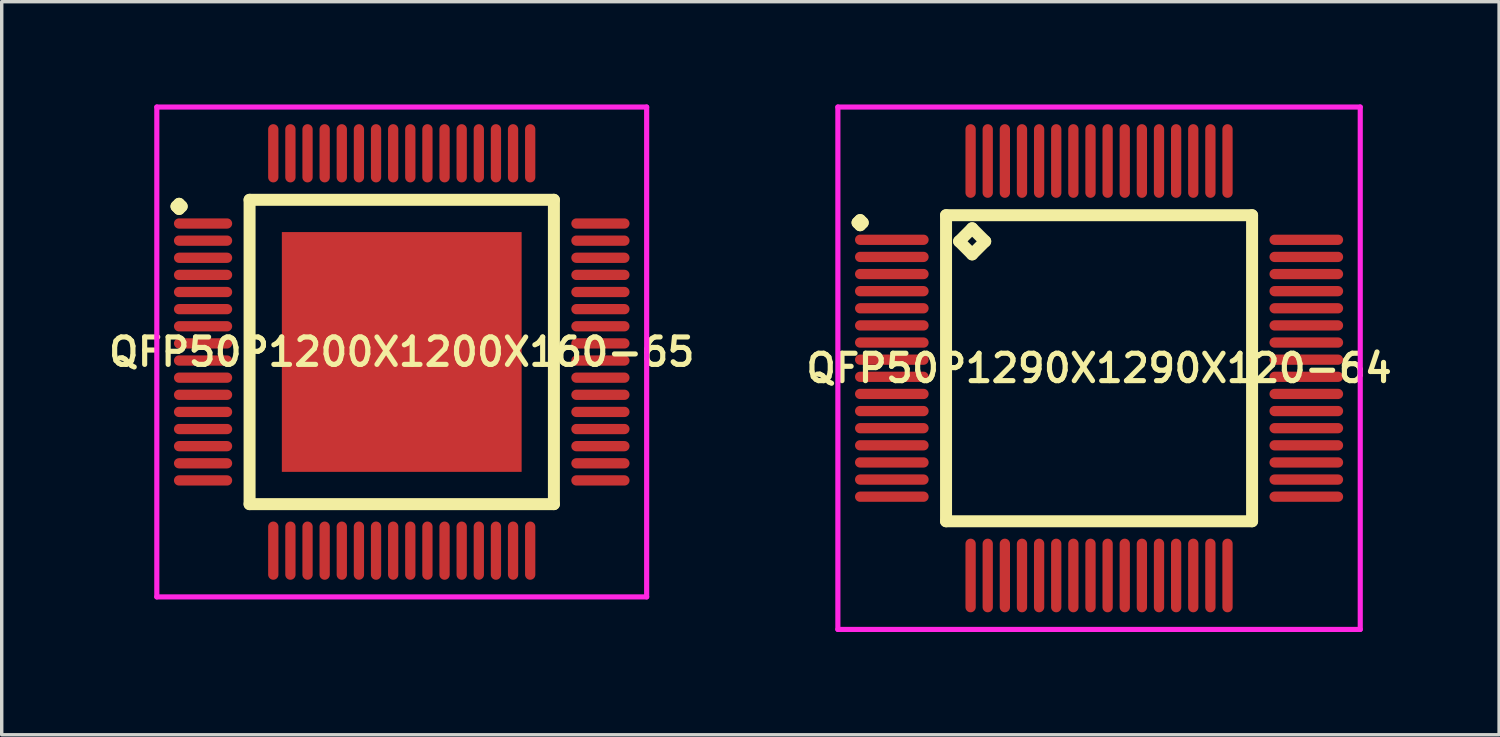
<source format=kicad_pcb>
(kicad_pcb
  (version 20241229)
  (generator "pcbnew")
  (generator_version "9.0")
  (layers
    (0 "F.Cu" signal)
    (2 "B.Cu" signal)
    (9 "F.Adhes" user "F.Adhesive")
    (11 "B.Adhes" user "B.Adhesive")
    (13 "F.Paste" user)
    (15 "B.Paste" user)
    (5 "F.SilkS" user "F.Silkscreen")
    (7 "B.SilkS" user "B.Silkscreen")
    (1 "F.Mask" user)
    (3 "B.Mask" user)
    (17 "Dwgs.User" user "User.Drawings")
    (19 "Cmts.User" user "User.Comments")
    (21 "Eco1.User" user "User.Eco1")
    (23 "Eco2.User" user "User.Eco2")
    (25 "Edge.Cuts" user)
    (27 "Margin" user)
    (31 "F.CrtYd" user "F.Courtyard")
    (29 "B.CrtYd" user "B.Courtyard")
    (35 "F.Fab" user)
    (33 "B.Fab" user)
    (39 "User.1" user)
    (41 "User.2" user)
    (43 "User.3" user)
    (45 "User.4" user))
  (footprint "QFP50P1290X1290X120-64"
    (layer "F.Cu")
    (at 29.035 7.7)
    (property "Reference" "QFP50P1290X1290X120-64" (at 0 0 0) (layer "F.SilkS") (effects (font (size 0.8 0.8) (thickness 0.15))))
    (attr smd)
    (fp_line (start -7.05 -4.25) (end -6.975 -4.325) (stroke (width 0.35) (type solid)) (layer "F.SilkS"))
    (fp_line (start -6.975 -4.325) (end -6.9 -4.25) (stroke (width 0.35) (type solid)) (layer "F.SilkS"))
    (fp_line (start -6.975 -4.175) (end -7.05 -4.25) (stroke (width 0.35) (type solid)) (layer "F.SilkS"))
    (fp_line (start -6.9 -4.25) (end -6.975 -4.175) (stroke (width 0.35) (type solid)) (layer "F.SilkS"))
    (fp_line (start -4.467 -4.467) (end -4.467 4.467) (stroke (width 0.35) (type solid)) (layer "F.SilkS"))
    (fp_line (start -4.467 4.467) (end 4.467 4.467) (stroke (width 0.35) (type solid)) (layer "F.SilkS"))
    (fp_line (start -4.086 -3.705) (end -3.705 -4.086) (stroke (width 0.35) (type solid)) (layer "F.SilkS"))
    (fp_line (start -3.705 -4.086) (end -3.324 -3.705) (stroke (width 0.35) (type solid)) (layer "F.SilkS"))
    (fp_line (start -3.705 -3.324) (end -4.086 -3.705) (stroke (width 0.35) (type solid)) (layer "F.SilkS"))
    (fp_line (start -3.324 -3.705) (end -3.705 -3.324) (stroke (width 0.35) (type solid)) (layer "F.SilkS"))
    (fp_line (start 4.467 -4.467) (end -4.467 -4.467) (stroke (width 0.35) (type solid)) (layer "F.SilkS"))
    (fp_line (start 4.467 4.467) (end 4.467 -4.467) (stroke (width 0.35) (type solid)) (layer "F.SilkS"))
    (fp_line (start -7.625 -7.625) (end 7.625 -7.625) (stroke (width 0.15) (type solid)) (layer "F.CrtYd"))
    (fp_line (start -7.625 7.625) (end -7.625 -7.625) (stroke (width 0.15) (type solid)) (layer "F.CrtYd"))
    (fp_line (start 7.625 -7.625) (end 7.625 7.625) (stroke (width 0.15) (type solid)) (layer "F.CrtYd"))
    (fp_line (start 7.625 7.625) (end -7.625 7.625) (stroke (width 0.15) (type solid)) (layer "F.CrtYd"))
    (pad "1" smd oval (at -6.05 -3.75) (size 2.15 0.3) (layers "F.Cu" "F.Mask" "F.Paste"))
    (pad "2" smd oval (at -6.05 -3.25) (size 2.15 0.3) (layers "F.Cu" "F.Mask" "F.Paste"))
    (pad "3" smd oval (at -6.05 -2.75) (size 2.15 0.3) (layers "F.Cu" "F.Mask" "F.Paste"))
    (pad "4" smd oval (at -6.05 -2.25) (size 2.15 0.3) (layers "F.Cu" "F.Mask" "F.Paste"))
    (pad "5" smd oval (at -6.05 -1.75) (size 2.15 0.3) (layers "F.Cu" "F.Mask" "F.Paste"))
    (pad "6" smd oval (at -6.05 -1.25) (size 2.15 0.3) (layers "F.Cu" "F.Mask" "F.Paste"))
    (pad "7" smd oval (at -6.05 -0.75) (size 2.15 0.3) (layers "F.Cu" "F.Mask" "F.Paste"))
    (pad "8" smd oval (at -6.05 -0.25) (size 2.15 0.3) (layers "F.Cu" "F.Mask" "F.Paste"))
    (pad "9" smd oval (at -6.05 0.25) (size 2.15 0.3) (layers "F.Cu" "F.Mask" "F.Paste"))
    (pad "10" smd oval (at -6.05 0.75) (size 2.15 0.3) (layers "F.Cu" "F.Mask" "F.Paste"))
    (pad "11" smd oval (at -6.05 1.25) (size 2.15 0.3) (layers "F.Cu" "F.Mask" "F.Paste"))
    (pad "12" smd oval (at -6.05 1.75) (size 2.15 0.3) (layers "F.Cu" "F.Mask" "F.Paste"))
    (pad "13" smd oval (at -6.05 2.25) (size 2.15 0.3) (layers "F.Cu" "F.Mask" "F.Paste"))
    (pad "14" smd oval (at -6.05 2.75) (size 2.15 0.3) (layers "F.Cu" "F.Mask" "F.Paste"))
    (pad "15" smd oval (at -6.05 3.25) (size 2.15 0.3) (layers "F.Cu" "F.Mask" "F.Paste"))
    (pad "16" smd oval (at -6.05 3.75) (size 2.15 0.3) (layers "F.Cu" "F.Mask" "F.Paste"))
    (pad "17" smd oval (at -3.75 6.05) (size 0.3 2.15) (layers "F.Cu" "F.Mask" "F.Paste"))
    (pad "18" smd oval (at -3.25 6.05) (size 0.3 2.15) (layers "F.Cu" "F.Mask" "F.Paste"))
    (pad "19" smd oval (at -2.75 6.05) (size 0.3 2.15) (layers "F.Cu" "F.Mask" "F.Paste"))
    (pad "20" smd oval (at -2.25 6.05) (size 0.3 2.15) (layers "F.Cu" "F.Mask" "F.Paste"))
    (pad "21" smd oval (at -1.75 6.05) (size 0.3 2.15) (layers "F.Cu" "F.Mask" "F.Paste"))
    (pad "22" smd oval (at -1.25 6.05) (size 0.3 2.15) (layers "F.Cu" "F.Mask" "F.Paste"))
    (pad "23" smd oval (at -0.75 6.05) (size 0.3 2.15) (layers "F.Cu" "F.Mask" "F.Paste"))
    (pad "24" smd oval (at -0.25 6.05) (size 0.3 2.15) (layers "F.Cu" "F.Mask" "F.Paste"))
    (pad "25" smd oval (at 0.25 6.05) (size 0.3 2.15) (layers "F.Cu" "F.Mask" "F.Paste"))
    (pad "26" smd oval (at 0.75 6.05) (size 0.3 2.15) (layers "F.Cu" "F.Mask" "F.Paste"))
    (pad "27" smd oval (at 1.25 6.05) (size 0.3 2.15) (layers "F.Cu" "F.Mask" "F.Paste"))
    (pad "28" smd oval (at 1.75 6.05) (size 0.3 2.15) (layers "F.Cu" "F.Mask" "F.Paste"))
    (pad "29" smd oval (at 2.25 6.05) (size 0.3 2.15) (layers "F.Cu" "F.Mask" "F.Paste"))
    (pad "30" smd oval (at 2.75 6.05) (size 0.3 2.15) (layers "F.Cu" "F.Mask" "F.Paste"))
    (pad "31" smd oval (at 3.25 6.05) (size 0.3 2.15) (layers "F.Cu" "F.Mask" "F.Paste"))
    (pad "32" smd oval (at 3.75 6.05) (size 0.3 2.15) (layers "F.Cu" "F.Mask" "F.Paste"))
    (pad "33" smd oval (at 6.05 3.75) (size 2.15 0.3) (layers "F.Cu" "F.Mask" "F.Paste"))
    (pad "34" smd oval (at 6.05 3.25) (size 2.15 0.3) (layers "F.Cu" "F.Mask" "F.Paste"))
    (pad "35" smd oval (at 6.05 2.75) (size 2.15 0.3) (layers "F.Cu" "F.Mask" "F.Paste"))
    (pad "36" smd oval (at 6.05 2.25) (size 2.15 0.3) (layers "F.Cu" "F.Mask" "F.Paste"))
    (pad "37" smd oval (at 6.05 1.75) (size 2.15 0.3) (layers "F.Cu" "F.Mask" "F.Paste"))
    (pad "38" smd oval (at 6.05 1.25) (size 2.15 0.3) (layers "F.Cu" "F.Mask" "F.Paste"))
    (pad "39" smd oval (at 6.05 0.75) (size 2.15 0.3) (layers "F.Cu" "F.Mask" "F.Paste"))
    (pad "40" smd oval (at 6.05 0.25) (size 2.15 0.3) (layers "F.Cu" "F.Mask" "F.Paste"))
    (pad "41" smd oval (at 6.05 -0.25) (size 2.15 0.3) (layers "F.Cu" "F.Mask" "F.Paste"))
    (pad "42" smd oval (at 6.05 -0.75) (size 2.15 0.3) (layers "F.Cu" "F.Mask" "F.Paste"))
    (pad "43" smd oval (at 6.05 -1.25) (size 2.15 0.3) (layers "F.Cu" "F.Mask" "F.Paste"))
    (pad "44" smd oval (at 6.05 -1.75) (size 2.15 0.3) (layers "F.Cu" "F.Mask" "F.Paste"))
    (pad "45" smd oval (at 6.05 -2.25) (size 2.15 0.3) (layers "F.Cu" "F.Mask" "F.Paste"))
    (pad "46" smd oval (at 6.05 -2.75) (size 2.15 0.3) (layers "F.Cu" "F.Mask" "F.Paste"))
    (pad "47" smd oval (at 6.05 -3.25) (size 2.15 0.3) (layers "F.Cu" "F.Mask" "F.Paste"))
    (pad "48" smd oval (at 6.05 -3.75) (size 2.15 0.3) (layers "F.Cu" "F.Mask" "F.Paste"))
    (pad "49" smd oval (at 3.75 -6.05) (size 0.3 2.15) (layers "F.Cu" "F.Mask" "F.Paste"))
    (pad "50" smd oval (at 3.25 -6.05) (size 0.3 2.15) (layers "F.Cu" "F.Mask" "F.Paste"))
    (pad "51" smd oval (at 2.75 -6.05) (size 0.3 2.15) (layers "F.Cu" "F.Mask" "F.Paste"))
    (pad "52" smd oval (at 2.25 -6.05) (size 0.3 2.15) (layers "F.Cu" "F.Mask" "F.Paste"))
    (pad "53" smd oval (at 1.75 -6.05) (size 0.3 2.15) (layers "F.Cu" "F.Mask" "F.Paste"))
    (pad "54" smd oval (at 1.25 -6.05) (size 0.3 2.15) (layers "F.Cu" "F.Mask" "F.Paste"))
    (pad "55" smd oval (at 0.75 -6.05) (size 0.3 2.15) (layers "F.Cu" "F.Mask" "F.Paste"))
    (pad "56" smd oval (at 0.25 -6.05) (size 0.3 2.15) (layers "F.Cu" "F.Mask" "F.Paste"))
    (pad "57" smd oval (at -0.25 -6.05) (size 0.3 2.15) (layers "F.Cu" "F.Mask" "F.Paste"))
    (pad "58" smd oval (at -0.75 -6.05) (size 0.3 2.15) (layers "F.Cu" "F.Mask" "F.Paste"))
    (pad "59" smd oval (at -1.25 -6.05) (size 0.3 2.15) (layers "F.Cu" "F.Mask" "F.Paste"))
    (pad "60" smd oval (at -1.75 -6.05) (size 0.3 2.15) (layers "F.Cu" "F.Mask" "F.Paste"))
    (pad "61" smd oval (at -2.25 -6.05) (size 0.3 2.15) (layers "F.Cu" "F.Mask" "F.Paste"))
    (pad "62" smd oval (at -2.75 -6.05) (size 0.3 2.15) (layers "F.Cu" "F.Mask" "F.Paste"))
    (pad "63" smd oval (at -3.25 -6.05) (size 0.3 2.15) (layers "F.Cu" "F.Mask" "F.Paste"))
    (pad "64" smd oval (at -3.75 -6.05) (size 0.3 2.15) (layers "F.Cu" "F.Mask" "F.Paste")))
  (footprint "QFP50P1200X1200X160-65"
    (layer "F.Cu")
    (at 8.678 7.225)
    (property "Reference" "QFP50P1200X1200X160-65" (at 0 0 0) (layer "F.SilkS") (effects (font (size 0.8 0.8) (thickness 0.15))))
    (attr through_hole)
    (fp_line (start -6.575 -4.25) (end -6.5 -4.325) (stroke (width 0.35) (type solid)) (layer "F.SilkS"))
    (fp_line (start -6.5 -4.325) (end -6.425 -4.25) (stroke (width 0.35) (type solid)) (layer "F.SilkS"))
    (fp_line (start -6.5 -4.175) (end -6.575 -4.25) (stroke (width 0.35) (type solid)) (layer "F.SilkS"))
    (fp_line (start -6.425 -4.25) (end -6.5 -4.175) (stroke (width 0.35) (type solid)) (layer "F.SilkS"))
    (fp_line (start -4.442 -4.442) (end -4.442 4.442) (stroke (width 0.35) (type solid)) (layer "F.SilkS"))
    (fp_line (start -4.442 4.442) (end 4.442 4.442) (stroke (width 0.35) (type solid)) (layer "F.SilkS"))
    (fp_line (start 4.442 -4.442) (end -4.442 -4.442) (stroke (width 0.35) (type solid)) (layer "F.SilkS"))
    (fp_line (start 4.442 4.442) (end 4.442 -4.442) (stroke (width 0.35) (type solid)) (layer "F.SilkS"))
    (fp_line (start -7.15 -7.15) (end 7.15 -7.15) (stroke (width 0.15) (type solid)) (layer "F.CrtYd"))
    (fp_line (start -7.15 7.15) (end -7.15 -7.15) (stroke (width 0.15) (type solid)) (layer "F.CrtYd"))
    (fp_line (start 7.15 -7.15) (end 7.15 7.15) (stroke (width 0.15) (type solid)) (layer "F.CrtYd"))
    (fp_line (start 7.15 7.15) (end -7.15 7.15) (stroke (width 0.15) (type solid)) (layer "F.CrtYd"))
    (pad "1" smd oval (at -5.8 -3.75) (size 1.7 0.3) (layers "F.Cu" "F.Mask" "F.Paste"))
    (pad "2" smd oval (at -5.8 -3.25) (size 1.7 0.3) (layers "F.Cu" "F.Mask" "F.Paste"))
    (pad "3" smd oval (at -5.8 -2.75) (size 1.7 0.3) (layers "F.Cu" "F.Mask" "F.Paste"))
    (pad "4" smd oval (at -5.8 -2.25) (size 1.7 0.3) (layers "F.Cu" "F.Mask" "F.Paste"))
    (pad "5" smd oval (at -5.8 -1.75) (size 1.7 0.3) (layers "F.Cu" "F.Mask" "F.Paste"))
    (pad "6" smd oval (at -5.8 -1.25) (size 1.7 0.3) (layers "F.Cu" "F.Mask" "F.Paste"))
    (pad "7" smd oval (at -5.8 -0.75) (size 1.7 0.3) (layers "F.Cu" "F.Mask" "F.Paste"))
    (pad "8" smd oval (at -5.8 -0.25) (size 1.7 0.3) (layers "F.Cu" "F.Mask" "F.Paste"))
    (pad "9" smd oval (at -5.8 0.25) (size 1.7 0.3) (layers "F.Cu" "F.Mask" "F.Paste"))
    (pad "10" smd oval (at -5.8 0.75) (size 1.7 0.3) (layers "F.Cu" "F.Mask" "F.Paste"))
    (pad "11" smd oval (at -5.8 1.25) (size 1.7 0.3) (layers "F.Cu" "F.Mask" "F.Paste"))
    (pad "12" smd oval (at -5.8 1.75) (size 1.7 0.3) (layers "F.Cu" "F.Mask" "F.Paste"))
    (pad "13" smd oval (at -5.8 2.25) (size 1.7 0.3) (layers "F.Cu" "F.Mask" "F.Paste"))
    (pad "14" smd oval (at -5.8 2.75) (size 1.7 0.3) (layers "F.Cu" "F.Mask" "F.Paste"))
    (pad "15" smd oval (at -5.8 3.25) (size 1.7 0.3) (layers "F.Cu" "F.Mask" "F.Paste"))
    (pad "16" smd oval (at -5.8 3.75) (size 1.7 0.3) (layers "F.Cu" "F.Mask" "F.Paste"))
    (pad "17" smd oval (at -3.75 5.8) (size 0.3 1.7) (layers "F.Cu" "F.Mask" "F.Paste"))
    (pad "18" smd oval (at -3.25 5.8) (size 0.3 1.7) (layers "F.Cu" "F.Mask" "F.Paste"))
    (pad "19" smd oval (at -2.75 5.8) (size 0.3 1.7) (layers "F.Cu" "F.Mask" "F.Paste"))
    (pad "20" smd oval (at -2.25 5.8) (size 0.3 1.7) (layers "F.Cu" "F.Mask" "F.Paste"))
    (pad "21" smd oval (at -1.75 5.8) (size 0.3 1.7) (layers "F.Cu" "F.Mask" "F.Paste"))
    (pad "22" smd oval (at -1.25 5.8) (size 0.3 1.7) (layers "F.Cu" "F.Mask" "F.Paste"))
    (pad "23" smd oval (at -0.75 5.8) (size 0.3 1.7) (layers "F.Cu" "F.Mask" "F.Paste"))
    (pad "24" smd oval (at -0.25 5.8) (size 0.3 1.7) (layers "F.Cu" "F.Mask" "F.Paste"))
    (pad "25" smd oval (at 0.25 5.8) (size 0.3 1.7) (layers "F.Cu" "F.Mask" "F.Paste"))
    (pad "26" smd oval (at 0.75 5.8) (size 0.3 1.7) (layers "F.Cu" "F.Mask" "F.Paste"))
    (pad "27" smd oval (at 1.25 5.8) (size 0.3 1.7) (layers "F.Cu" "F.Mask" "F.Paste"))
    (pad "28" smd oval (at 1.75 5.8) (size 0.3 1.7) (layers "F.Cu" "F.Mask" "F.Paste"))
    (pad "29" smd oval (at 2.25 5.8) (size 0.3 1.7) (layers "F.Cu" "F.Mask" "F.Paste"))
    (pad "30" smd oval (at 2.75 5.8) (size 0.3 1.7) (layers "F.Cu" "F.Mask" "F.Paste"))
    (pad "31" smd oval (at 3.25 5.8) (size 0.3 1.7) (layers "F.Cu" "F.Mask" "F.Paste"))
    (pad "32" smd oval (at 3.75 5.8) (size 0.3 1.7) (layers "F.Cu" "F.Mask" "F.Paste"))
    (pad "33" smd oval (at 5.8 3.75) (size 1.7 0.3) (layers "F.Cu" "F.Mask" "F.Paste"))
    (pad "34" smd oval (at 5.8 3.25) (size 1.7 0.3) (layers "F.Cu" "F.Mask" "F.Paste"))
    (pad "35" smd oval (at 5.8 2.75) (size 1.7 0.3) (layers "F.Cu" "F.Mask" "F.Paste"))
    (pad "36" smd oval (at 5.8 2.25) (size 1.7 0.3) (layers "F.Cu" "F.Mask" "F.Paste"))
    (pad "37" smd oval (at 5.8 1.75) (size 1.7 0.3) (layers "F.Cu" "F.Mask" "F.Paste"))
    (pad "38" smd oval (at 5.8 1.25) (size 1.7 0.3) (layers "F.Cu" "F.Mask" "F.Paste"))
    (pad "39" smd oval (at 5.8 0.75) (size 1.7 0.3) (layers "F.Cu" "F.Mask" "F.Paste"))
    (pad "40" smd oval (at 5.8 0.25) (size 1.7 0.3) (layers "F.Cu" "F.Mask" "F.Paste"))
    (pad "41" smd oval (at 5.8 -0.25) (size 1.7 0.3) (layers "F.Cu" "F.Mask" "F.Paste"))
    (pad "42" smd oval (at 5.8 -0.75) (size 1.7 0.3) (layers "F.Cu" "F.Mask" "F.Paste"))
    (pad "43" smd oval (at 5.8 -1.25) (size 1.7 0.3) (layers "F.Cu" "F.Mask" "F.Paste"))
    (pad "44" smd oval (at 5.8 -1.75) (size 1.7 0.3) (layers "F.Cu" "F.Mask" "F.Paste"))
    (pad "45" smd oval (at 5.8 -2.25) (size 1.7 0.3) (layers "F.Cu" "F.Mask" "F.Paste"))
    (pad "46" smd oval (at 5.8 -2.75) (size 1.7 0.3) (layers "F.Cu" "F.Mask" "F.Paste"))
    (pad "47" smd oval (at 5.8 -3.25) (size 1.7 0.3) (layers "F.Cu" "F.Mask" "F.Paste"))
    (pad "48" smd oval (at 5.8 -3.75) (size 1.7 0.3) (layers "F.Cu" "F.Mask" "F.Paste"))
    (pad "49" smd oval (at 3.75 -5.8) (size 0.3 1.7) (layers "F.Cu" "F.Mask" "F.Paste"))
    (pad "50" smd oval (at 3.25 -5.8) (size 0.3 1.7) (layers "F.Cu" "F.Mask" "F.Paste"))
    (pad "51" smd oval (at 2.75 -5.8) (size 0.3 1.7) (layers "F.Cu" "F.Mask" "F.Paste"))
    (pad "52" smd oval (at 2.25 -5.8) (size 0.3 1.7) (layers "F.Cu" "F.Mask" "F.Paste"))
    (pad "53" smd oval (at 1.75 -5.8) (size 0.3 1.7) (layers "F.Cu" "F.Mask" "F.Paste"))
    (pad "54" smd oval (at 1.25 -5.8) (size 0.3 1.7) (layers "F.Cu" "F.Mask" "F.Paste"))
    (pad "55" smd oval (at 0.75 -5.8) (size 0.3 1.7) (layers "F.Cu" "F.Mask" "F.Paste"))
    (pad "56" smd oval (at 0.25 -5.8) (size 0.3 1.7) (layers "F.Cu" "F.Mask" "F.Paste"))
    (pad "57" smd oval (at -0.25 -5.8) (size 0.3 1.7) (layers "F.Cu" "F.Mask" "F.Paste"))
    (pad "58" smd oval (at -0.75 -5.8) (size 0.3 1.7) (layers "F.Cu" "F.Mask" "F.Paste"))
    (pad "59" smd oval (at -1.25 -5.8) (size 0.3 1.7) (layers "F.Cu" "F.Mask" "F.Paste"))
    (pad "60" smd oval (at -1.75 -5.8) (size 0.3 1.7) (layers "F.Cu" "F.Mask" "F.Paste"))
    (pad "61" smd oval (at -2.25 -5.8) (size 0.3 1.7) (layers "F.Cu" "F.Mask" "F.Paste"))
    (pad "62" smd oval (at -2.75 -5.8) (size 0.3 1.7) (layers "F.Cu" "F.Mask" "F.Paste"))
    (pad "63" smd oval (at -3.25 -5.8) (size 0.3 1.7) (layers "F.Cu" "F.Mask" "F.Paste"))
    (pad "64" smd oval (at -3.75 -5.8) (size 0.3 1.7) (layers "F.Cu" "F.Mask" "F.Paste"))
    (pad "65" smd rect (at 0 0) (size 7 7) (layers "F.Cu" "F.Mask" "F.Paste")))
  (gr_rect
    (start -3 -3)
    (end 40.713 18.4)
    (stroke (width 0.1) (type default))
    (fill no)
    (layer "Edge.Cuts")))
</source>
